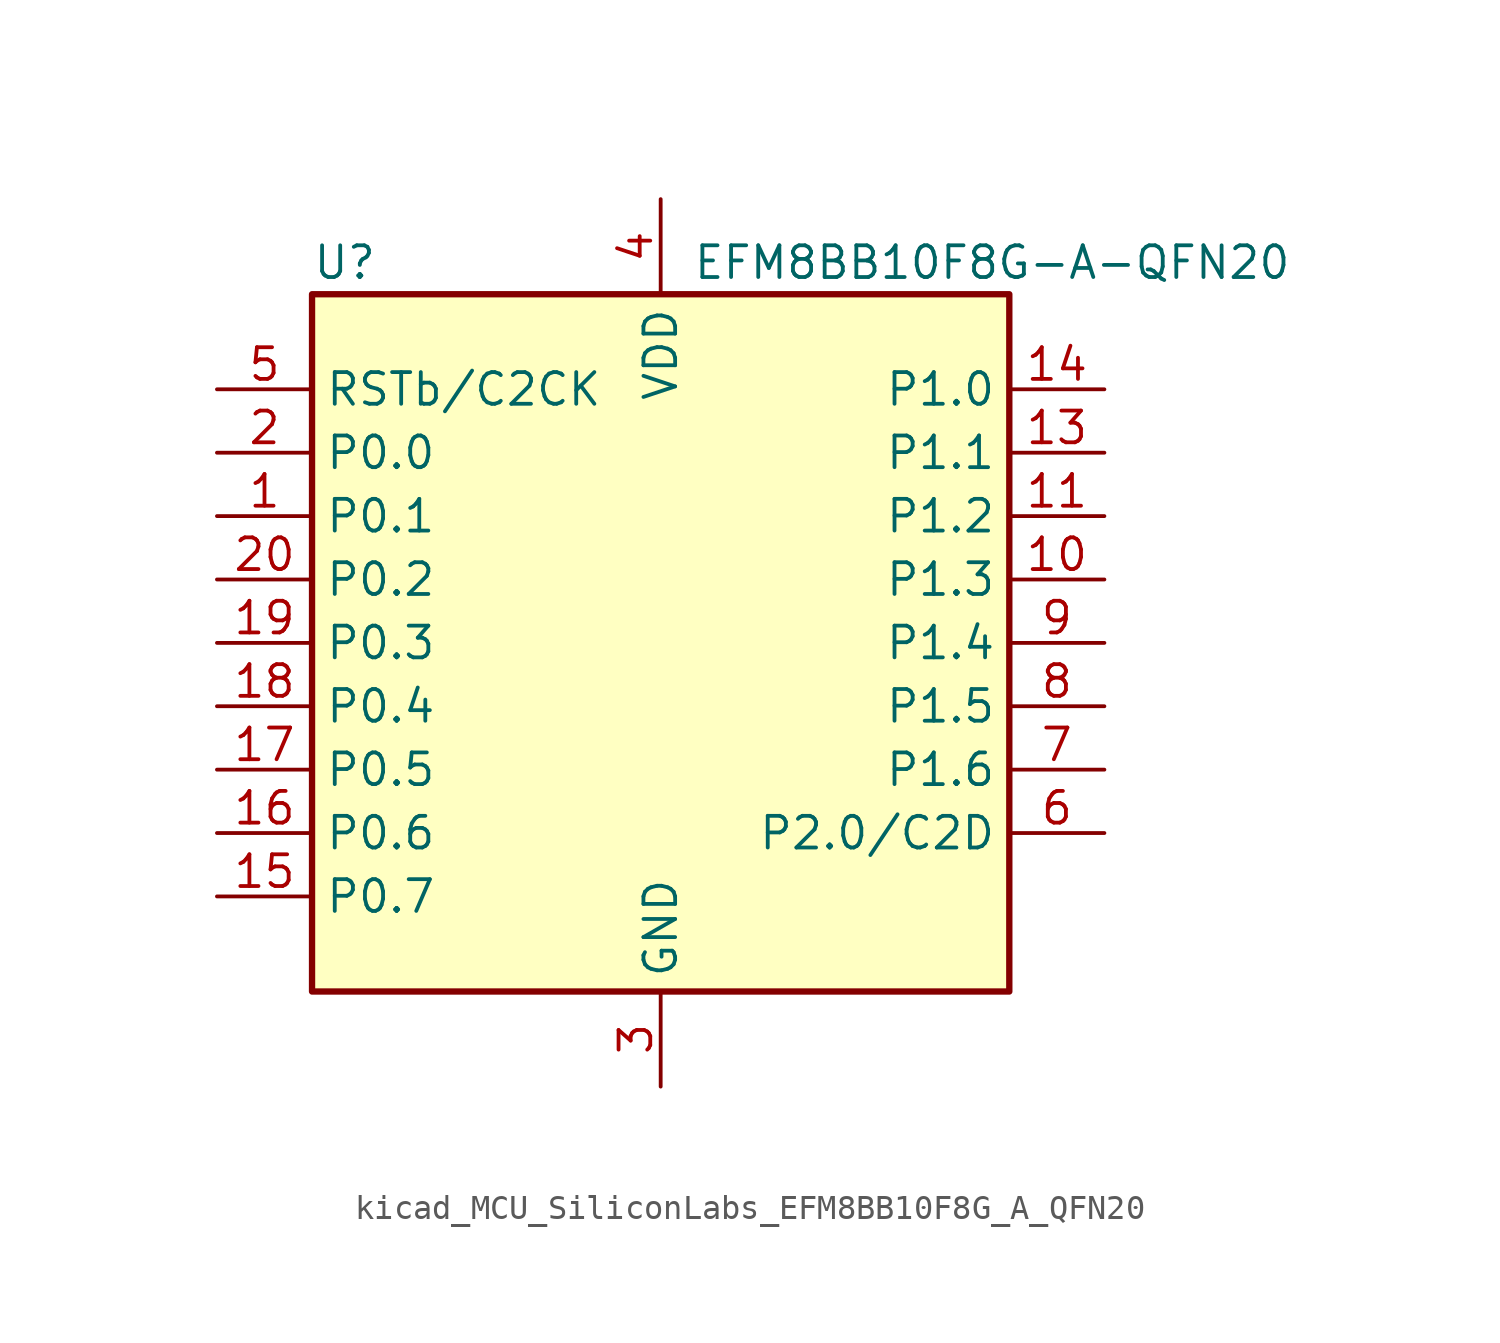
<source format=kicad_sym>
(kicad_symbol_lib
  (version 20220914)
  (generator kicad_symbol_editor)
  (symbol "kicad_MCU_SiliconLabs_EFM8BB10F8G_A_QFN20"
    (property "Reference" "U"
      (at -13.97 15.24 0)
      (effects (font (size 1.27 1.27)) (justify left)))
    (property "Value" "EFM8BB10F8G-A-QFN20"
      (at 1.27 15.24 0)
      (effects (font (size 1.27 1.27)) (justify left)))
    (symbol "kicad_MCU_SiliconLabs_EFM8BB10F8G_A_QFN20_0_1"
      (rectangle (start -13.97 13.97) (end 13.97 -13.97) (stroke (width 0.254) (type default)) (fill (type background)))
      (pin bidirectional line (at -17.78 5.08 0) (length 3.81) (name "P0.1" (effects (font (size 1.27 1.27)))) (number "1" (effects (font (size 1.27 1.27)))))
      (pin bidirectional line (at 17.78 2.54 180) (length 3.81) (name "P1.3" (effects (font (size 1.27 1.27)))) (number "10" (effects (font (size 1.27 1.27)))))
      (pin bidirectional line (at 17.78 5.08 180) (length 3.81) (name "P1.2" (effects (font (size 1.27 1.27)))) (number "11" (effects (font (size 1.27 1.27)))))
      (pin passive line (at 0 -17.78 90) (length 3.81) hide (name "GND" (effects (font (size 1.27 1.27)))) (number "12" (effects (font (size 1.27 1.27)))))
      (pin bidirectional line (at 17.78 7.62 180) (length 3.81) (name "P1.1" (effects (font (size 1.27 1.27)))) (number "13" (effects (font (size 1.27 1.27)))))
      (pin bidirectional line (at 17.78 10.16 180) (length 3.81) (name "P1.0" (effects (font (size 1.27 1.27)))) (number "14" (effects (font (size 1.27 1.27)))))
      (pin bidirectional line (at -17.78 -10.16 0) (length 3.81) (name "P0.7" (effects (font (size 1.27 1.27)))) (number "15" (effects (font (size 1.27 1.27)))))
      (pin bidirectional line (at -17.78 -7.62 0) (length 3.81) (name "P0.6" (effects (font (size 1.27 1.27)))) (number "16" (effects (font (size 1.27 1.27)))))
      (pin bidirectional line (at -17.78 -5.08 0) (length 3.81) (name "P0.5" (effects (font (size 1.27 1.27)))) (number "17" (effects (font (size 1.27 1.27)))))
      (pin bidirectional line (at -17.78 -2.54 0) (length 3.81) (name "P0.4" (effects (font (size 1.27 1.27)))) (number "18" (effects (font (size 1.27 1.27)))))
      (pin bidirectional line (at -17.78 0 0) (length 3.81) (name "P0.3" (effects (font (size 1.27 1.27)))) (number "19" (effects (font (size 1.27 1.27)))))
      (pin bidirectional line (at -17.78 7.62 0) (length 3.81) (name "P0.0" (effects (font (size 1.27 1.27)))) (number "2" (effects (font (size 1.27 1.27)))))
      (pin bidirectional line (at -17.78 2.54 0) (length 3.81) (name "P0.2" (effects (font (size 1.27 1.27)))) (number "20" (effects (font (size 1.27 1.27)))))
      (pin passive line (at 0 -17.78 90) (length 3.81) hide (name "GND" (effects (font (size 1.27 1.27)))) (number "21" (effects (font (size 1.27 1.27)))))
      (pin power_in line (at 0 -17.78 90) (length 3.81) (name "GND" (effects (font (size 1.27 1.27)))) (number "3" (effects (font (size 1.27 1.27)))))
      (pin power_in line (at 0 17.78 270) (length 3.81) (name "VDD" (effects (font (size 1.27 1.27)))) (number "4" (effects (font (size 1.27 1.27)))))
      (pin input line (at -17.78 10.16 0) (length 3.81) (name "RSTb/C2CK" (effects (font (size 1.27 1.27)))) (number "5" (effects (font (size 1.27 1.27)))))
      (pin bidirectional line (at 17.78 -7.62 180) (length 3.81) (name "P2.0/C2D" (effects (font (size 1.27 1.27)))) (number "6" (effects (font (size 1.27 1.27)))))
      (pin bidirectional line (at 17.78 -5.08 180) (length 3.81) (name "P1.6" (effects (font (size 1.27 1.27)))) (number "7" (effects (font (size 1.27 1.27)))))
      (pin bidirectional line (at 17.78 -2.54 180) (length 3.81) (name "P1.5" (effects (font (size 1.27 1.27)))) (number "8" (effects (font (size 1.27 1.27)))))
      (pin bidirectional line (at 17.78 0 180) (length 3.81) (name "P1.4" (effects (font (size 1.27 1.27)))) (number "9" (effects (font (size 1.27 1.27))))))))
</source>
